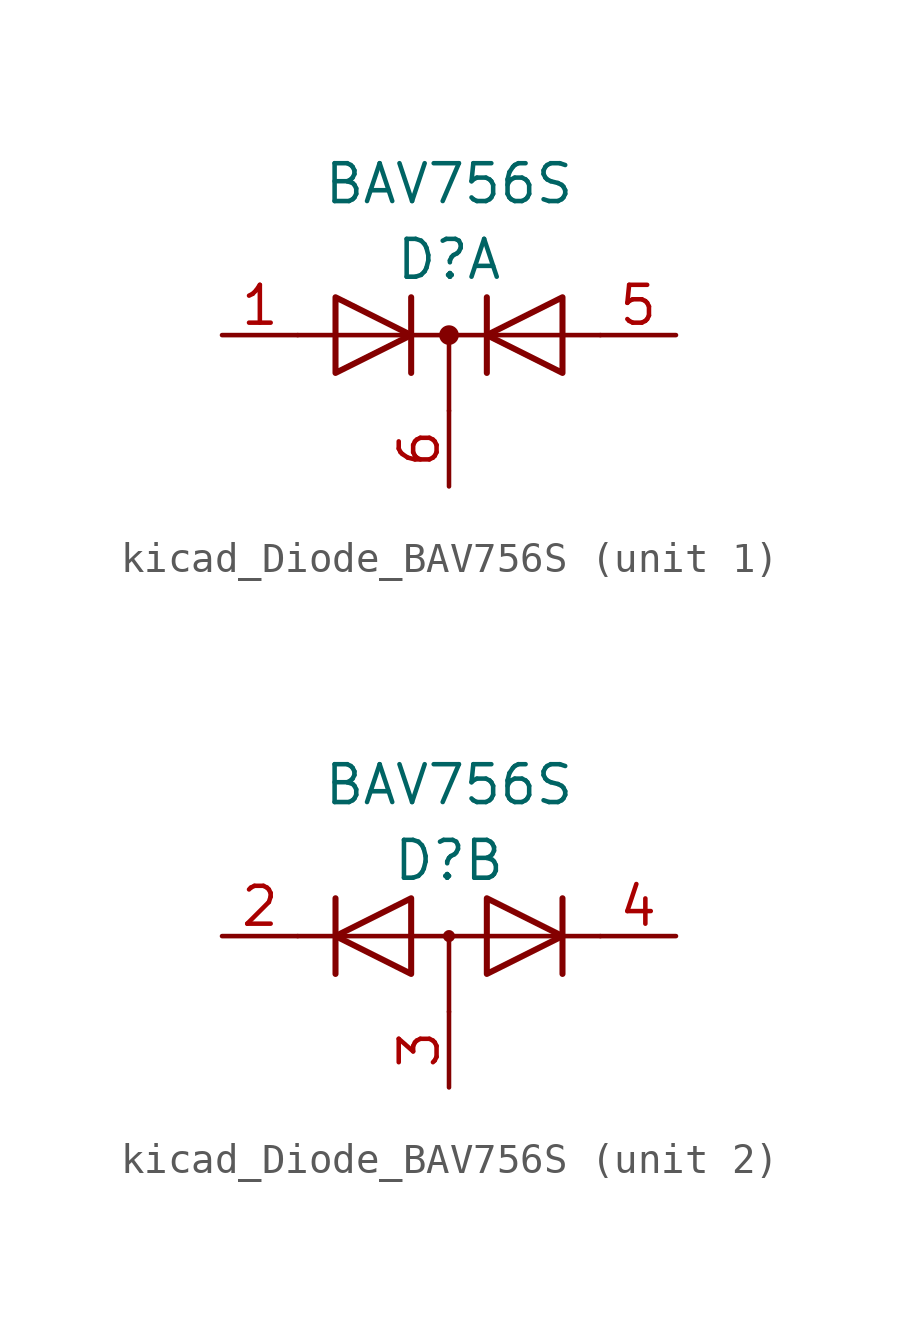
<source format=kicad_sym>
(kicad_symbol_lib
  (version 20220914)
  (generator kicad_symbol_editor)
  (symbol "kicad_Diode_BAV756S"
    (pin_names
      (offset 0.025) hide)
    (property "Reference" "D"
      (at 0 2.54 0)
      (effects (font (size 1.27 1.27))))
    (property "Value" "BAV756S"
      (at 0 5.08 0)
      (effects (font (size 1.27 1.27))))
    (property "ki_locked" ""
      (at 0 0 0)
      (effects (font (size 1.27 1.27))))
    (symbol "kicad_Diode_BAV756S_1_1"
      (polyline (pts (xy -5.08 0) (xy 5.08 0)) (stroke (width 0) (type default)) (fill (type none)))
      (polyline (pts (xy 0 0) (xy 0 -2.54)) (stroke (width 0) (type default)) (fill (type none)))
      (polyline (pts (xy -1.27 -1.27) (xy -1.27 1.27) (xy -1.27 1.27)) (stroke (width 0.203) (type default)) (fill (type none)))
      (polyline (pts (xy 1.27 -1.27) (xy 1.27 1.27) (xy 1.27 1.27)) (stroke (width 0.203) (type default)) (fill (type none)))
      (polyline (pts (xy -3.81 1.27) (xy -1.27 0) (xy -3.81 -1.27) (xy -3.81 1.27) (xy -3.81 1.27) (xy -3.81 1.27)) (stroke (width 0.203) (type default)) (fill (type none)))
      (polyline (pts (xy 3.81 -1.27) (xy 1.27 0) (xy 3.81 1.27) (xy 3.81 -1.27) (xy 3.81 -1.27) (xy 3.81 -1.27)) (stroke (width 0.203) (type default)) (fill (type none)))
      (circle (center 0 0) (radius 0.254) (stroke (width 0) (type default)) (fill (type outline)))
      (pin passive line (at -7.62 0 0) (length 2.54) (name "A1" (effects (font (size 1.27 1.27)))) (number "1" (effects (font (size 1.27 1.27)))))
      (pin passive line (at 7.62 0 180) (length 2.54) (name "A4" (effects (font (size 1.27 1.27)))) (number "5" (effects (font (size 1.27 1.27)))))
      (pin passive line (at 0 -5.08 90) (length 2.54) (name "CK" (effects (font (size 1.27 1.27)))) (number "6" (effects (font (size 1.27 1.27))))))
    (symbol "kicad_Diode_BAV756S_2_1"
      (polyline (pts (xy -5.08 0) (xy 5.08 0)) (stroke (width 0) (type default)) (fill (type none)))
      (polyline (pts (xy 0 0) (xy 0 -2.54)) (stroke (width 0) (type default)) (fill (type none)))
      (polyline (pts (xy -3.81 1.27) (xy -3.81 -1.27) (xy -3.81 -1.27)) (stroke (width 0.203) (type default)) (fill (type none)))
      (polyline (pts (xy 3.81 1.27) (xy 3.81 -1.27) (xy 3.81 -1.27)) (stroke (width 0.203) (type default)) (fill (type none)))
      (polyline (pts (xy -1.27 -1.27) (xy -3.81 0) (xy -1.27 1.27) (xy -1.27 -1.27) (xy -1.27 -1.27) (xy -1.27 -1.27)) (stroke (width 0.203) (type default)) (fill (type none)))
      (polyline (pts (xy 1.27 1.27) (xy 3.81 0) (xy 1.27 -1.27) (xy 1.27 1.27) (xy 1.27 1.27) (xy 1.27 1.27)) (stroke (width 0.203) (type default)) (fill (type none)))
      (circle (center 0 0) (radius 0.127) (stroke (width 0) (type default)) (fill (type none)))
      (pin passive line (at -7.62 0 0) (length 2.54) (name "K2" (effects (font (size 1.27 1.27)))) (number "2" (effects (font (size 1.27 1.27)))))
      (pin passive line (at 0 -5.08 90) (length 2.54) (name "CA" (effects (font (size 1.27 1.27)))) (number "3" (effects (font (size 1.27 1.27)))))
      (pin passive line (at 7.62 0 180) (length 2.54) (name "K3" (effects (font (size 1.27 1.27)))) (number "4" (effects (font (size 1.27 1.27))))))))
</source>
